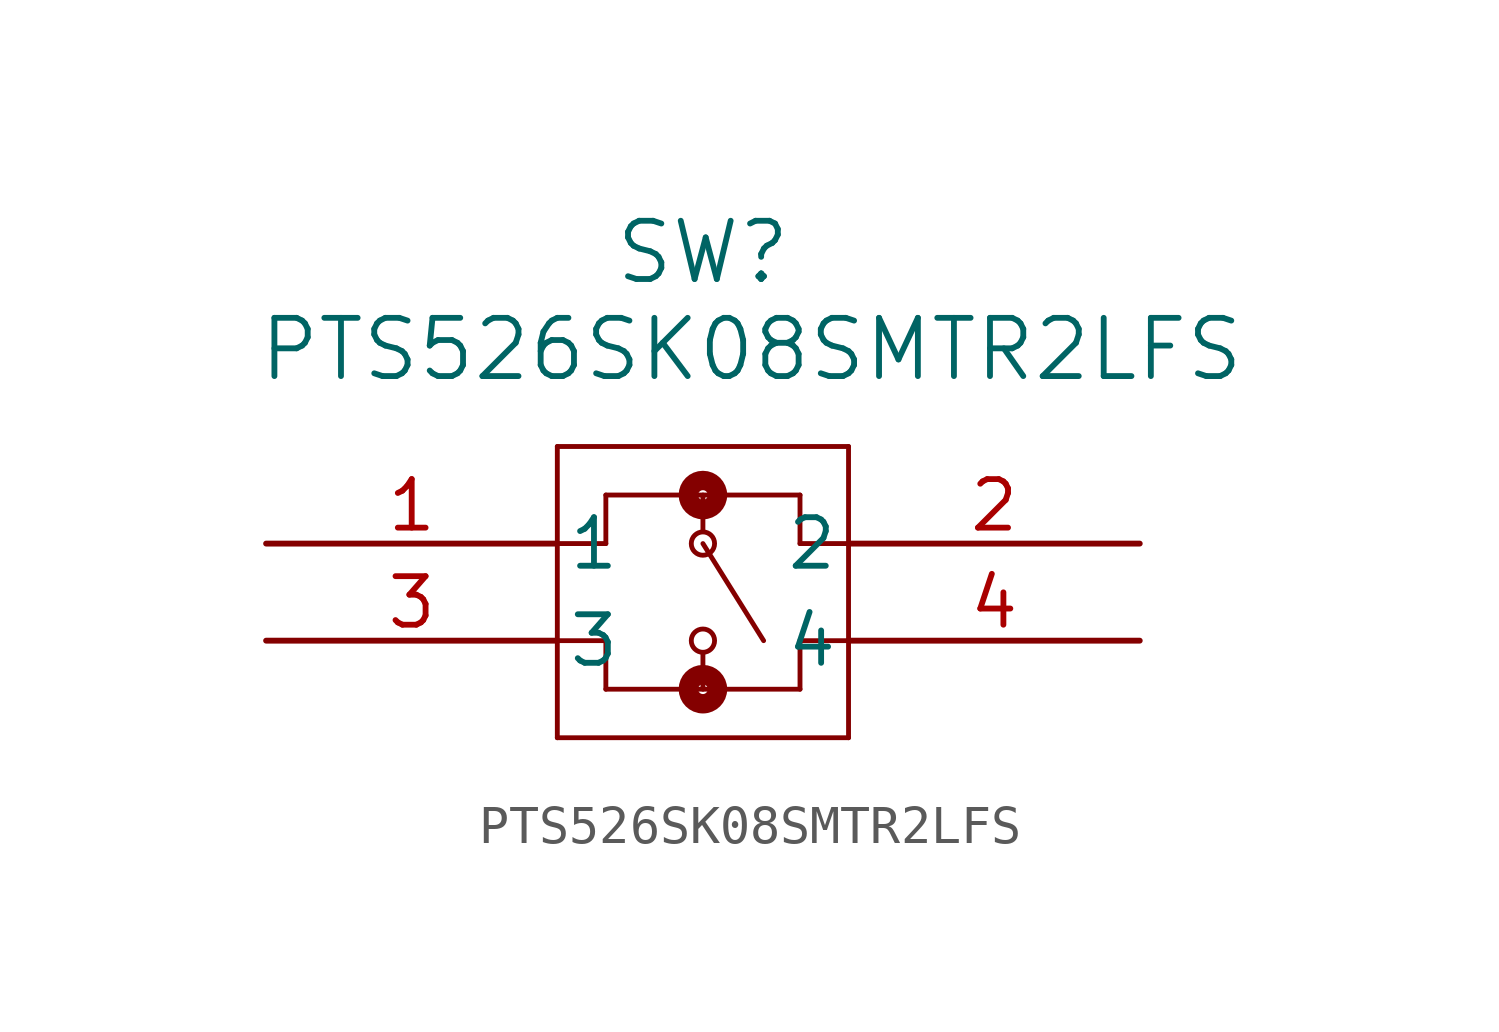
<source format=kicad_sym>
(kicad_symbol_lib
  (version 20231120)
  (generator "kicad_symbol_editor")
  (generator_version "8.0")
  (symbol "PTS526SK08SMTR2LFS"
    (pin_names
      (offset 0.254))
    (property "Reference" "SW"
      (at 11.43 7.62 0)
      (effects (font (size 1.524 1.524))))
    (property "Value" "PTS526SK08SMTR2LFS"
      (at 12.7 5.08 0)
      (effects (font (size 1.524 1.524))))
    (symbol "PTS526SK08SMTR2LFS_0_1"
      (polyline (pts (xy 7.62 -5.08) (xy 15.24 -5.08)) (stroke (width 0.127) (type default)) (fill (type none)))
      (polyline (pts (xy 7.62 0) (xy 8.89 0)) (stroke (width 0.127) (type default)) (fill (type none)))
      (polyline (pts (xy 7.62 2.54) (xy 7.62 -5.08)) (stroke (width 0.127) (type default)) (fill (type none)))
      (polyline (pts (xy 8.89 -3.81) (xy 8.89 -2.54)) (stroke (width 0.127) (type default)) (fill (type none)))
      (polyline (pts (xy 8.89 -2.54) (xy 7.62 -2.54)) (stroke (width 0.127) (type default)) (fill (type none)))
      (polyline (pts (xy 8.89 0) (xy 8.89 1.27)) (stroke (width 0.127) (type default)) (fill (type none)))
      (polyline (pts (xy 8.89 1.27) (xy 13.97 1.27)) (stroke (width 0.127) (type default)) (fill (type none)))
      (polyline (pts (xy 11.43 -2.857) (xy 11.43 -3.81)) (stroke (width 0.127) (type default)) (fill (type none)))
      (polyline (pts (xy 11.43 0) (xy 13.018 -2.54)) (stroke (width 0.127) (type default)) (fill (type none)))
      (polyline (pts (xy 11.43 1.27) (xy 11.43 0.318)) (stroke (width 0.127) (type default)) (fill (type none)))
      (polyline (pts (xy 13.97 -3.81) (xy 8.89 -3.81)) (stroke (width 0.127) (type default)) (fill (type none)))
      (polyline (pts (xy 13.97 -2.54) (xy 13.97 -3.81)) (stroke (width 0.127) (type default)) (fill (type none)))
      (polyline (pts (xy 13.97 0) (xy 15.24 0)) (stroke (width 0.127) (type default)) (fill (type none)))
      (polyline (pts (xy 13.97 1.27) (xy 13.97 0)) (stroke (width 0.127) (type default)) (fill (type none)))
      (polyline (pts (xy 15.24 -5.08) (xy 15.24 2.54)) (stroke (width 0.127) (type default)) (fill (type none)))
      (polyline (pts (xy 15.24 -2.54) (xy 13.97 -2.54)) (stroke (width 0.127) (type default)) (fill (type none)))
      (polyline (pts (xy 15.24 2.54) (xy 7.62 2.54)) (stroke (width 0.127) (type default)) (fill (type none)))
      (circle (center 11.43 -3.81) (radius 0.127) (stroke (width 0.508) (type default)) (fill (type none)))
      (circle (center 11.43 -2.54) (radius 0.305) (stroke (width 0.127) (type default)) (fill (type none)))
      (circle (center 11.43 0) (radius 0.305) (stroke (width 0.127) (type default)) (fill (type none)))
      (circle (center 11.43 1.27) (radius 0.127) (stroke (width 0.508) (type default)) (fill (type none)))
      (pin unspecified line (at 0 0 0) (length 7.62) (name "1" (effects (font (size 1.27 1.27)))) (number "1" (effects (font (size 1.27 1.27)))))
      (pin unspecified line (at 22.86 0 180) (length 7.62) (name "2" (effects (font (size 1.27 1.27)))) (number "2" (effects (font (size 1.27 1.27)))))
      (pin unspecified line (at 0 -2.54 0) (length 7.62) (name "3" (effects (font (size 1.27 1.27)))) (number "3" (effects (font (size 1.27 1.27)))))
      (pin unspecified line (at 22.86 -2.54 180) (length 7.62) (name "4" (effects (font (size 1.27 1.27)))) (number "4" (effects (font (size 1.27 1.27))))))))
</source>
